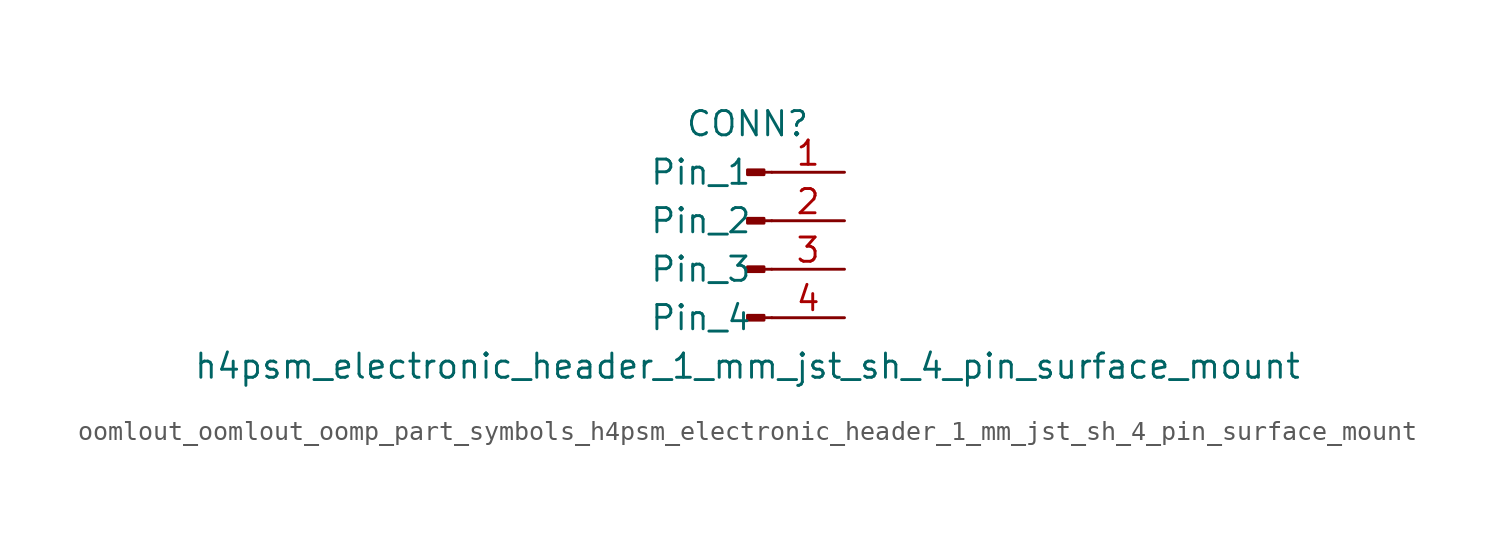
<source format=kicad_sym>
(kicad_symbol_lib
  (version 20220914)
  (generator kicad_symbol_editor)
  (symbol "oomlout_oomlout_oomp_part_symbols_h4psm_electronic_header_1_mm_jst_sh_4_pin_surface_mount"
    (pin_names
      (offset 1.016))
    (property "Reference" "CONN"
      (at 0 5.08 0)
      (effects (font (size 1.27 1.27))))
    (property "Value" "h4psm_electronic_header_1_mm_jst_sh_4_pin_surface_mount"
      (at 0 -7.62 0)
      (effects (font (size 1.27 1.27))))
    (property "ki_locked" ""
      (at 0 0 0)
      (effects (font (size 1.27 1.27))))
    (symbol "oomlout_oomlout_oomp_part_symbols_h4psm_electronic_header_1_mm_jst_sh_4_pin_surface_mount_1_1"
      (polyline (pts (xy 1.27 -5.08) (xy 0.864 -5.08)) (stroke (width 0.152) (type default)) (fill (type none)))
      (polyline (pts (xy 1.27 -2.54) (xy 0.864 -2.54)) (stroke (width 0.152) (type default)) (fill (type none)))
      (polyline (pts (xy 1.27 0) (xy 0.864 0)) (stroke (width 0.152) (type default)) (fill (type none)))
      (polyline (pts (xy 1.27 2.54) (xy 0.864 2.54)) (stroke (width 0.152) (type default)) (fill (type none)))
      (rectangle (start 0.864 -4.953) (end 0 -5.207) (stroke (width 0.152) (type default)) (fill (type outline)))
      (rectangle (start 0.864 -2.413) (end 0 -2.667) (stroke (width 0.152) (type default)) (fill (type outline)))
      (rectangle (start 0.864 0.127) (end 0 -0.127) (stroke (width 0.152) (type default)) (fill (type outline)))
      (rectangle (start 0.864 2.667) (end 0 2.413) (stroke (width 0.152) (type default)) (fill (type outline)))
      (pin passive line (at 5.08 2.54 180) (length 3.81) (name "Pin_1" (effects (font (size 1.27 1.27)))) (number "1" (effects (font (size 1.27 1.27)))))
      (pin passive line (at 5.08 0 180) (length 3.81) (name "Pin_2" (effects (font (size 1.27 1.27)))) (number "2" (effects (font (size 1.27 1.27)))))
      (pin passive line (at 5.08 -2.54 180) (length 3.81) (name "Pin_3" (effects (font (size 1.27 1.27)))) (number "3" (effects (font (size 1.27 1.27)))))
      (pin passive line (at 5.08 -5.08 180) (length 3.81) (name "Pin_4" (effects (font (size 1.27 1.27)))) (number "4" (effects (font (size 1.27 1.27))))))))
</source>
